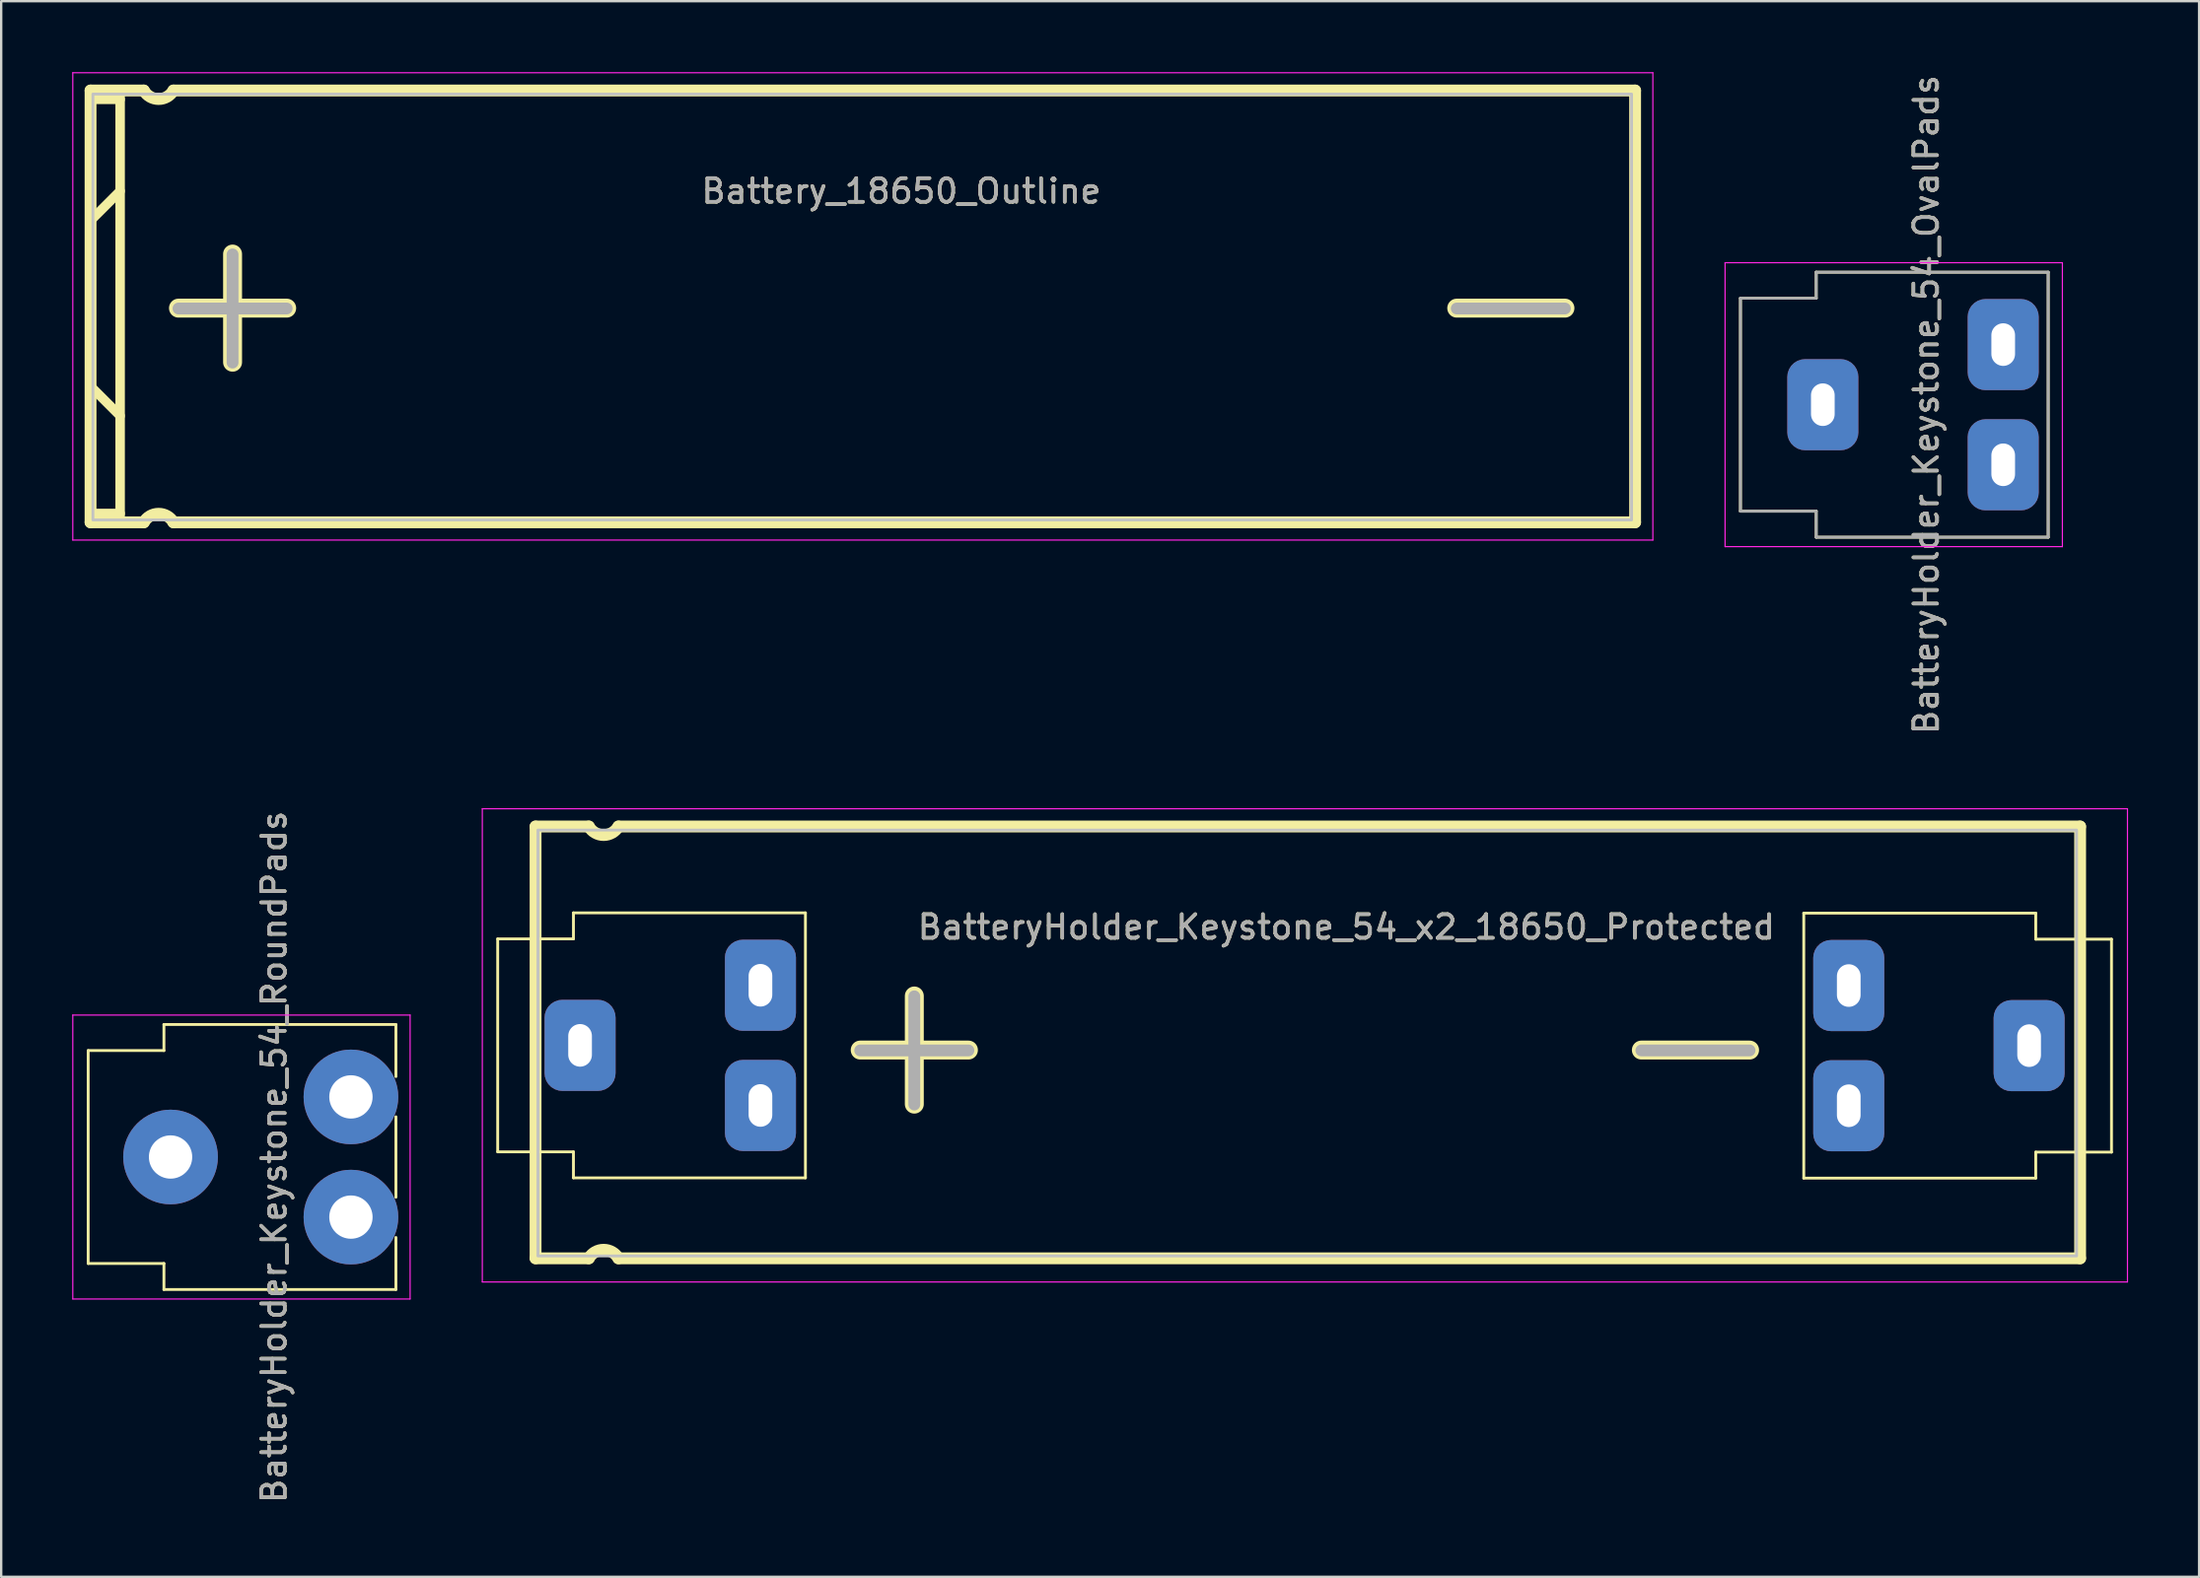
<source format=kicad_pcb>
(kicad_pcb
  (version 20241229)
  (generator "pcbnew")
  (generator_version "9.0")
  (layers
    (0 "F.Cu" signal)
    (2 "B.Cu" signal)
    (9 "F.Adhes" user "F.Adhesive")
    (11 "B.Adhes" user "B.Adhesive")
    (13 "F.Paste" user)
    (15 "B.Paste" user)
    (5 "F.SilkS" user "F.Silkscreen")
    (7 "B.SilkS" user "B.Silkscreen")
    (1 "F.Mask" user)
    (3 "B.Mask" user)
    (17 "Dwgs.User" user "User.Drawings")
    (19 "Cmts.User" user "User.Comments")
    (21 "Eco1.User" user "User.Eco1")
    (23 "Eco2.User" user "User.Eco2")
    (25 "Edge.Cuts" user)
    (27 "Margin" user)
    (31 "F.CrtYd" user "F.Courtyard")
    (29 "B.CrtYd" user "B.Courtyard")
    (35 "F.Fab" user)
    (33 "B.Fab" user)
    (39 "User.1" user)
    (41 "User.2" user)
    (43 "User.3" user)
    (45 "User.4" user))
  (footprint "BatteryHolder_Keystone_54_RoundPads"
    (layer "F.Cu")
    (at 11.775 45.851)
    (property "Reference" "BatteryHolder_Keystone_54_RoundPads" (at -3.25 0 90) (unlocked yes) (layer "F.SilkS") (effects (font (size 1 1) (thickness 0.15))))
    (attr through_hole)
    (fp_line (start -11.1 -4.5) (end -11.1 4.5) (stroke (width 0.12) (type solid)) (layer "F.SilkS"))
    (fp_line (start -7.9 -5.6) (end -7.9 -4.5) (stroke (width 0.12) (type solid)) (layer "F.SilkS"))
    (fp_line (start -7.9 -4.5) (end -11.1 -4.5) (stroke (width 0.12) (type solid)) (layer "F.SilkS"))
    (fp_line (start -7.9 4.5) (end -11.1 4.5) (stroke (width 0.12) (type solid)) (layer "F.SilkS"))
    (fp_line (start -7.9 5.6) (end -7.9 4.5) (stroke (width 0.12) (type solid)) (layer "F.SilkS"))
    (fp_line (start 1.9 -5.6) (end -7.9 -5.6) (stroke (width 0.12) (type solid)) (layer "F.SilkS"))
    (fp_line (start 1.9 -5.6) (end 1.9 -3.4) (stroke (width 0.12) (type solid)) (layer "F.SilkS"))
    (fp_line (start 1.9 1.7) (end 1.9 -1.7) (stroke (width 0.12) (type solid)) (layer "F.SilkS"))
    (fp_line (start 1.9 5.6) (end -7.9 5.6) (stroke (width 0.12) (type solid)) (layer "F.SilkS"))
    (fp_line (start 1.9 5.6) (end 1.9 3.4) (stroke (width 0.12) (type solid)) (layer "F.SilkS"))
    (fp_line (start -11.75 -6) (end 2.5 -6) (stroke (width 0.05) (type solid)) (layer "F.CrtYd"))
    (fp_line (start -11.75 6) (end -11.75 -6) (stroke (width 0.05) (type solid)) (layer "F.CrtYd"))
    (fp_line (start 2.5 6) (end -11.75 6) (stroke (width 0.05) (type solid)) (layer "F.CrtYd"))
    (fp_line (start 2.5 6) (end 2.5 -6) (stroke (width 0.05) (type solid)) (layer "F.CrtYd"))
    (fp_text user "${REFERENCE}" (at -3.25 0 90) (unlocked yes) (layer "F.Fab") (effects (font (size 1 1) (thickness 0.15))))
    (pad "1" thru_hole circle (at -7.62 0) (size 4 4) (drill 1.83) (layers "*.Cu" "*.Mask"))
    (pad "1" thru_hole circle (at 0 -2.54) (size 4 4) (drill 1.83) (layers "*.Cu" "*.Mask"))
    (pad "1" thru_hole circle (at 0 2.54) (size 4 4) (drill 1.83) (layers "*.Cu" "*.Mask")))
  (footprint "BatteryHolder_Keystone_54_OvalPads"
    (layer "F.Cu")
    (at 81.575 14.054)
    (property "Reference" "BatteryHolder_Keystone_54_OvalPads" (at -3.25 0 90) (unlocked yes) (layer "F.SilkS") (effects (font (size 1 1) (thickness 0.15))))
    (attr through_hole)
    (fp_line (start -11.1 -4.5) (end -11.1 4.5) (stroke (width 0.12) (type solid)) (layer "F.SilkS"))
    (fp_line (start -7.9 -5.6) (end -7.9 -4.5) (stroke (width 0.12) (type solid)) (layer "F.SilkS"))
    (fp_line (start -7.9 -4.5) (end -11.1 -4.5) (stroke (width 0.12) (type solid)) (layer "F.SilkS"))
    (fp_line (start -7.9 4.5) (end -11.1 4.5) (stroke (width 0.12) (type solid)) (layer "F.SilkS"))
    (fp_line (start -7.9 5.6) (end -7.9 4.5) (stroke (width 0.12) (type solid)) (layer "F.SilkS"))
    (fp_line (start 1.9 -5.6) (end -7.9 -5.6) (stroke (width 0.12) (type solid)) (layer "F.SilkS"))
    (fp_line (start 1.9 -5.6) (end 1.9 5.6) (stroke (width 0.12) (type solid)) (layer "F.SilkS"))
    (fp_line (start 1.9 5.6) (end -7.9 5.6) (stroke (width 0.12) (type solid)) (layer "F.SilkS"))
    (fp_line (start -11.75 -6) (end 2.5 -6) (stroke (width 0.05) (type solid)) (layer "F.CrtYd"))
    (fp_line (start -11.75 6) (end -11.75 -6) (stroke (width 0.05) (type solid)) (layer "F.CrtYd"))
    (fp_line (start 2.5 6) (end -11.75 6) (stroke (width 0.05) (type solid)) (layer "F.CrtYd"))
    (fp_line (start 2.5 6) (end 2.5 -6) (stroke (width 0.05) (type solid)) (layer "F.CrtYd"))
    (fp_line (start -11.1 -4.5) (end -11.1 4.5) (stroke (width 0.12) (type solid)) (layer "F.Fab"))
    (fp_line (start -7.9 -5.6) (end -7.9 -4.5) (stroke (width 0.12) (type solid)) (layer "F.Fab"))
    (fp_line (start -7.9 -4.5) (end -11.1 -4.5) (stroke (width 0.12) (type solid)) (layer "F.Fab"))
    (fp_line (start -7.9 4.5) (end -11.1 4.5) (stroke (width 0.12) (type solid)) (layer "F.Fab"))
    (fp_line (start -7.9 5.6) (end -7.9 4.5) (stroke (width 0.12) (type solid)) (layer "F.Fab"))
    (fp_line (start 1.9 -5.6) (end -7.9 -5.6) (stroke (width 0.12) (type solid)) (layer "F.Fab"))
    (fp_line (start 1.9 -5.6) (end 1.9 5.6) (stroke (width 0.12) (type solid)) (layer "F.Fab"))
    (fp_line (start 1.9 5.6) (end -7.9 5.6) (stroke (width 0.12) (type solid)) (layer "F.Fab"))
    (fp_text user "${REFERENCE}" (at -3.25 0 90) (unlocked yes) (layer "F.Fab") (effects (font (size 1 1) (thickness 0.15))))
    (pad "1" thru_hole roundrect (at -7.62 0) (size 3 3.85) (drill oval 1 1.8) (layers "*.Cu" "*.Mask") (roundrect_rratio 0.25))
    (pad "1" thru_hole roundrect (at 0 -2.54) (size 3 3.85) (drill oval 1 1.8) (layers "*.Cu" "*.Mask") (roundrect_rratio 0.25))
    (pad "1" thru_hole roundrect (at 0 2.54) (size 3 3.85) (drill oval 1 1.8) (layers "*.Cu" "*.Mask") (roundrect_rratio 0.25)))
  (footprint "Battery_18650_Outline"
    (layer "F.Cu")
    (at 0.775 9.9)
    (property "Reference" "Battery_18650_Outline" (at 34.25 -4.875 0) (unlocked yes) (layer "F.SilkS") (effects (font (size 1 1) (thickness 0.15))))
    (attr exclude_from_pos_files)
    (fp_line (start 0 -9.125) (end 0 9.125) (stroke (width 0.5) (type solid)) (layer "F.SilkS"))
    (fp_line (start 0 -3.625) (end 1.25 -4.875) (stroke (width 0.4) (type solid)) (layer "F.SilkS"))
    (fp_line (start 0 3.375) (end 1.25 4.625) (stroke (width 0.4) (type solid)) (layer "F.SilkS"))
    (fp_line (start 1.25 -9) (end 1.25 9) (stroke (width 0.4) (type solid)) (layer "F.SilkS"))
    (fp_line (start 1.25 -8.75) (end 0 -8.75) (stroke (width 0.4) (type solid)) (layer "F.SilkS"))
    (fp_line (start 1.25 8.75) (end 0 8.75) (stroke (width 0.4) (type solid)) (layer "F.SilkS"))
    (fp_line (start 2.25 -9.125) (end 0 -9.125) (stroke (width 0.5) (type solid)) (layer "F.SilkS"))
    (fp_line (start 2.25 9.125) (end 0 9.125) (stroke (width 0.5) (type solid)) (layer "F.SilkS"))
    (fp_line (start 3.5 9.125) (end 65.25 9.125) (stroke (width 0.5) (type solid)) (layer "F.SilkS"))
    (fp_line (start 65.25 -9.125) (end 3.5 -9.125) (stroke (width 0.5) (type solid)) (layer "F.SilkS"))
    (fp_line (start 65.25 9.125) (end 65.25 -9.125) (stroke (width 0.5) (type solid)) (layer "F.SilkS"))
    (fp_arc (start 2.25 9.125) (mid 2.874999 8.764156) (end 3.499998 9.124999) (stroke (width 0.5) (type solid)) (layer "F.SilkS"))
    (fp_arc (start 3.5 -9.125) (mid 2.875001 -8.764156) (end 2.250002 -9.124999) (stroke (width 0.5) (type solid)) (layer "F.SilkS"))
    (fp_rect (start 0.1 -8.975) (end 65.1 9.025) (stroke (width 0.12) (type solid)) (fill no) (layer "Dwgs.User"))
    (fp_line (start -0.75 -9.875) (end 66 -9.875) (stroke (width 0.05) (type solid)) (layer "F.CrtYd"))
    (fp_line (start -0.75 9.875) (end -0.75 -9.875) (stroke (width 0.05) (type solid)) (layer "F.CrtYd"))
    (fp_line (start 66 -9.875) (end 66 9.875) (stroke (width 0.05) (type solid)) (layer "F.CrtYd"))
    (fp_line (start 66 9.875) (end -0.75 9.875) (stroke (width 0.05) (type solid)) (layer "F.CrtYd"))
    (fp_text user "-" (at 60 -0.375 0) (unlocked yes) (layer "F.SilkS") (effects (font (size 6 6) (thickness 0.8))))
    (fp_text user "+" (at 6 -0.375 0) (unlocked yes) (layer "F.SilkS") (effects (font (size 6 6) (thickness 0.8))))
    (fp_text user "${REFERENCE}" (at 34.25 -4.875 0) (unlocked yes) (layer "F.Fab") (effects (font (size 1 1) (thickness 0.15))))
    (fp_text user "-" (at 60 -0.375 0) (unlocked yes) (layer "F.Fab") (effects (font (size 6 6) (thickness 0.5))))
    (fp_text user "+" (at 6 -0.375 0) (unlocked yes) (layer "F.Fab") (effects (font (size 6 6) (thickness 0.5)))))
  (footprint "BatteryHolder_Keystone_54_x2_18650_Protected"
    (layer "F.Cu")
    (at 29.075 41.132)
    (property "Reference" "BatteryHolder_Keystone_54_x2_18650_Protected" (at 24.75 -5 0) (unlocked yes) (layer "F.SilkS") (effects (font (size 1 1) (thickness 0.15))))
    (attr through_hole)
    (fp_line (start -11.1 -4.5) (end -11.1 4.5) (stroke (width 0.12) (type solid)) (layer "F.SilkS"))
    (fp_line (start -9.5 -9.25) (end -9.5 9) (stroke (width 0.5) (type solid)) (layer "F.SilkS"))
    (fp_line (start -7.9 -5.6) (end -7.9 -4.5) (stroke (width 0.12) (type solid)) (layer "F.SilkS"))
    (fp_line (start -7.9 -4.5) (end -11.1 -4.5) (stroke (width 0.12) (type solid)) (layer "F.SilkS"))
    (fp_line (start -7.9 4.5) (end -11.1 4.5) (stroke (width 0.12) (type solid)) (layer "F.SilkS"))
    (fp_line (start -7.9 5.6) (end -7.9 4.5) (stroke (width 0.12) (type solid)) (layer "F.SilkS"))
    (fp_line (start -7.25 -9.25) (end -9.5 -9.25) (stroke (width 0.5) (type solid)) (layer "F.SilkS"))
    (fp_line (start -7.25 9) (end -9.5 9) (stroke (width 0.5) (type solid)) (layer "F.SilkS"))
    (fp_line (start -6 9) (end 55.75 9) (stroke (width 0.5) (type solid)) (layer "F.SilkS"))
    (fp_line (start 1.9 -5.6) (end -7.9 -5.6) (stroke (width 0.12) (type solid)) (layer "F.SilkS"))
    (fp_line (start 1.9 -5.6) (end 1.9 5.6) (stroke (width 0.12) (type solid)) (layer "F.SilkS"))
    (fp_line (start 1.9 5.6) (end -7.9 5.6) (stroke (width 0.12) (type solid)) (layer "F.SilkS"))
    (fp_line (start 44.075 -5.588) (end 53.875 -5.588) (stroke (width 0.12) (type solid)) (layer "F.SilkS"))
    (fp_line (start 44.075 5.612) (end 44.075 -5.588) (stroke (width 0.12) (type solid)) (layer "F.SilkS"))
    (fp_line (start 44.075 5.612) (end 53.875 5.612) (stroke (width 0.12) (type solid)) (layer "F.SilkS"))
    (fp_line (start 53.875 -5.588) (end 53.875 -4.488) (stroke (width 0.12) (type solid)) (layer "F.SilkS"))
    (fp_line (start 53.875 -4.488) (end 57.075 -4.488) (stroke (width 0.12) (type solid)) (layer "F.SilkS"))
    (fp_line (start 53.875 4.512) (end 57.075 4.512) (stroke (width 0.12) (type solid)) (layer "F.SilkS"))
    (fp_line (start 53.875 5.612) (end 53.875 4.512) (stroke (width 0.12) (type solid)) (layer "F.SilkS"))
    (fp_line (start 55.75 -9.25) (end -6 -9.25) (stroke (width 0.5) (type solid)) (layer "F.SilkS"))
    (fp_line (start 55.75 9) (end 55.75 -9.25) (stroke (width 0.5) (type solid)) (layer "F.SilkS"))
    (fp_line (start 57.075 4.512) (end 57.075 -4.488) (stroke (width 0.12) (type solid)) (layer "F.SilkS"))
    (fp_arc (start -7.25 9) (mid -6.625001 8.639156) (end -6.000002 8.999999) (stroke (width 0.5) (type solid)) (layer "F.SilkS"))
    (fp_arc (start -6 -9.25) (mid -6.624999 -8.889156) (end -7.249998 -9.249999) (stroke (width 0.5) (type solid)) (layer "F.SilkS"))
    (fp_rect (start -9.4 -9.1) (end 55.6 8.9) (stroke (width 0.12) (type solid)) (fill no) (layer "Dwgs.User"))
    (fp_line (start -11.75 -10) (end 57.75 -10) (stroke (width 0.05) (type solid)) (layer "F.CrtYd"))
    (fp_line (start -11.75 10) (end -11.75 -10) (stroke (width 0.05) (type solid)) (layer "F.CrtYd"))
    (fp_line (start 57.75 -10) (end 57.75 10) (stroke (width 0.05) (type solid)) (layer "F.CrtYd"))
    (fp_line (start 57.75 10) (end -11.75 10) (stroke (width 0.05) (type solid)) (layer "F.CrtYd"))
    (fp_text user "+" (at 6.5 -0.25 0) (unlocked yes) (layer "F.SilkS") (effects (font (size 6 6) (thickness 0.8))))
    (fp_text user "-" (at 39.5 -0.25 0) (unlocked yes) (layer "F.SilkS") (effects (font (size 6 6) (thickness 0.8))))
    (fp_text user "${REFERENCE}" (at 24.75 -5 0) (unlocked yes) (layer "F.Fab") (effects (font (size 1 1) (thickness 0.15))))
    (fp_text user "-" (at 39.5 -0.25 0) (unlocked yes) (layer "F.Fab") (effects (font (size 6 6) (thickness 0.5))))
    (fp_text user "+" (at 6.5 -0.25 0) (unlocked yes) (layer "F.Fab") (effects (font (size 6 6) (thickness 0.5))))
    (pad "1" thru_hole roundrect (at -7.62 0 180) (size 3 3.85) (drill oval 1 1.8) (layers "*.Cu" "*.Mask") (roundrect_rratio 0.25))
    (pad "1" thru_hole roundrect (at 0 -2.54 180) (size 3 3.85) (drill oval 1 1.8) (layers "*.Cu" "*.Mask") (roundrect_rratio 0.25))
    (pad "1" thru_hole roundrect (at 0 2.54 180) (size 3 3.85) (drill oval 1 1.8) (layers "*.Cu" "*.Mask") (roundrect_rratio 0.25))
    (pad "2" thru_hole roundrect (at 45.975 -2.528 180) (size 3 3.85) (drill oval 1 1.8) (layers "*.Cu" "*.Mask") (roundrect_rratio 0.25))
    (pad "2" thru_hole roundrect (at 45.975 2.552 180) (size 3 3.85) (drill oval 1 1.8) (layers "*.Cu" "*.Mask") (roundrect_rratio 0.25))
    (pad "2" thru_hole roundrect (at 53.595 0.012 180) (size 3 3.85) (drill oval 1 1.8) (layers "*.Cu" "*.Mask") (roundrect_rratio 0.25)))
  (gr_rect
    (start -3 -3)
    (end 89.85 63.595)
    (stroke (width 0.1) (type default))
    (fill no)
    (layer "Edge.Cuts")))
</source>
